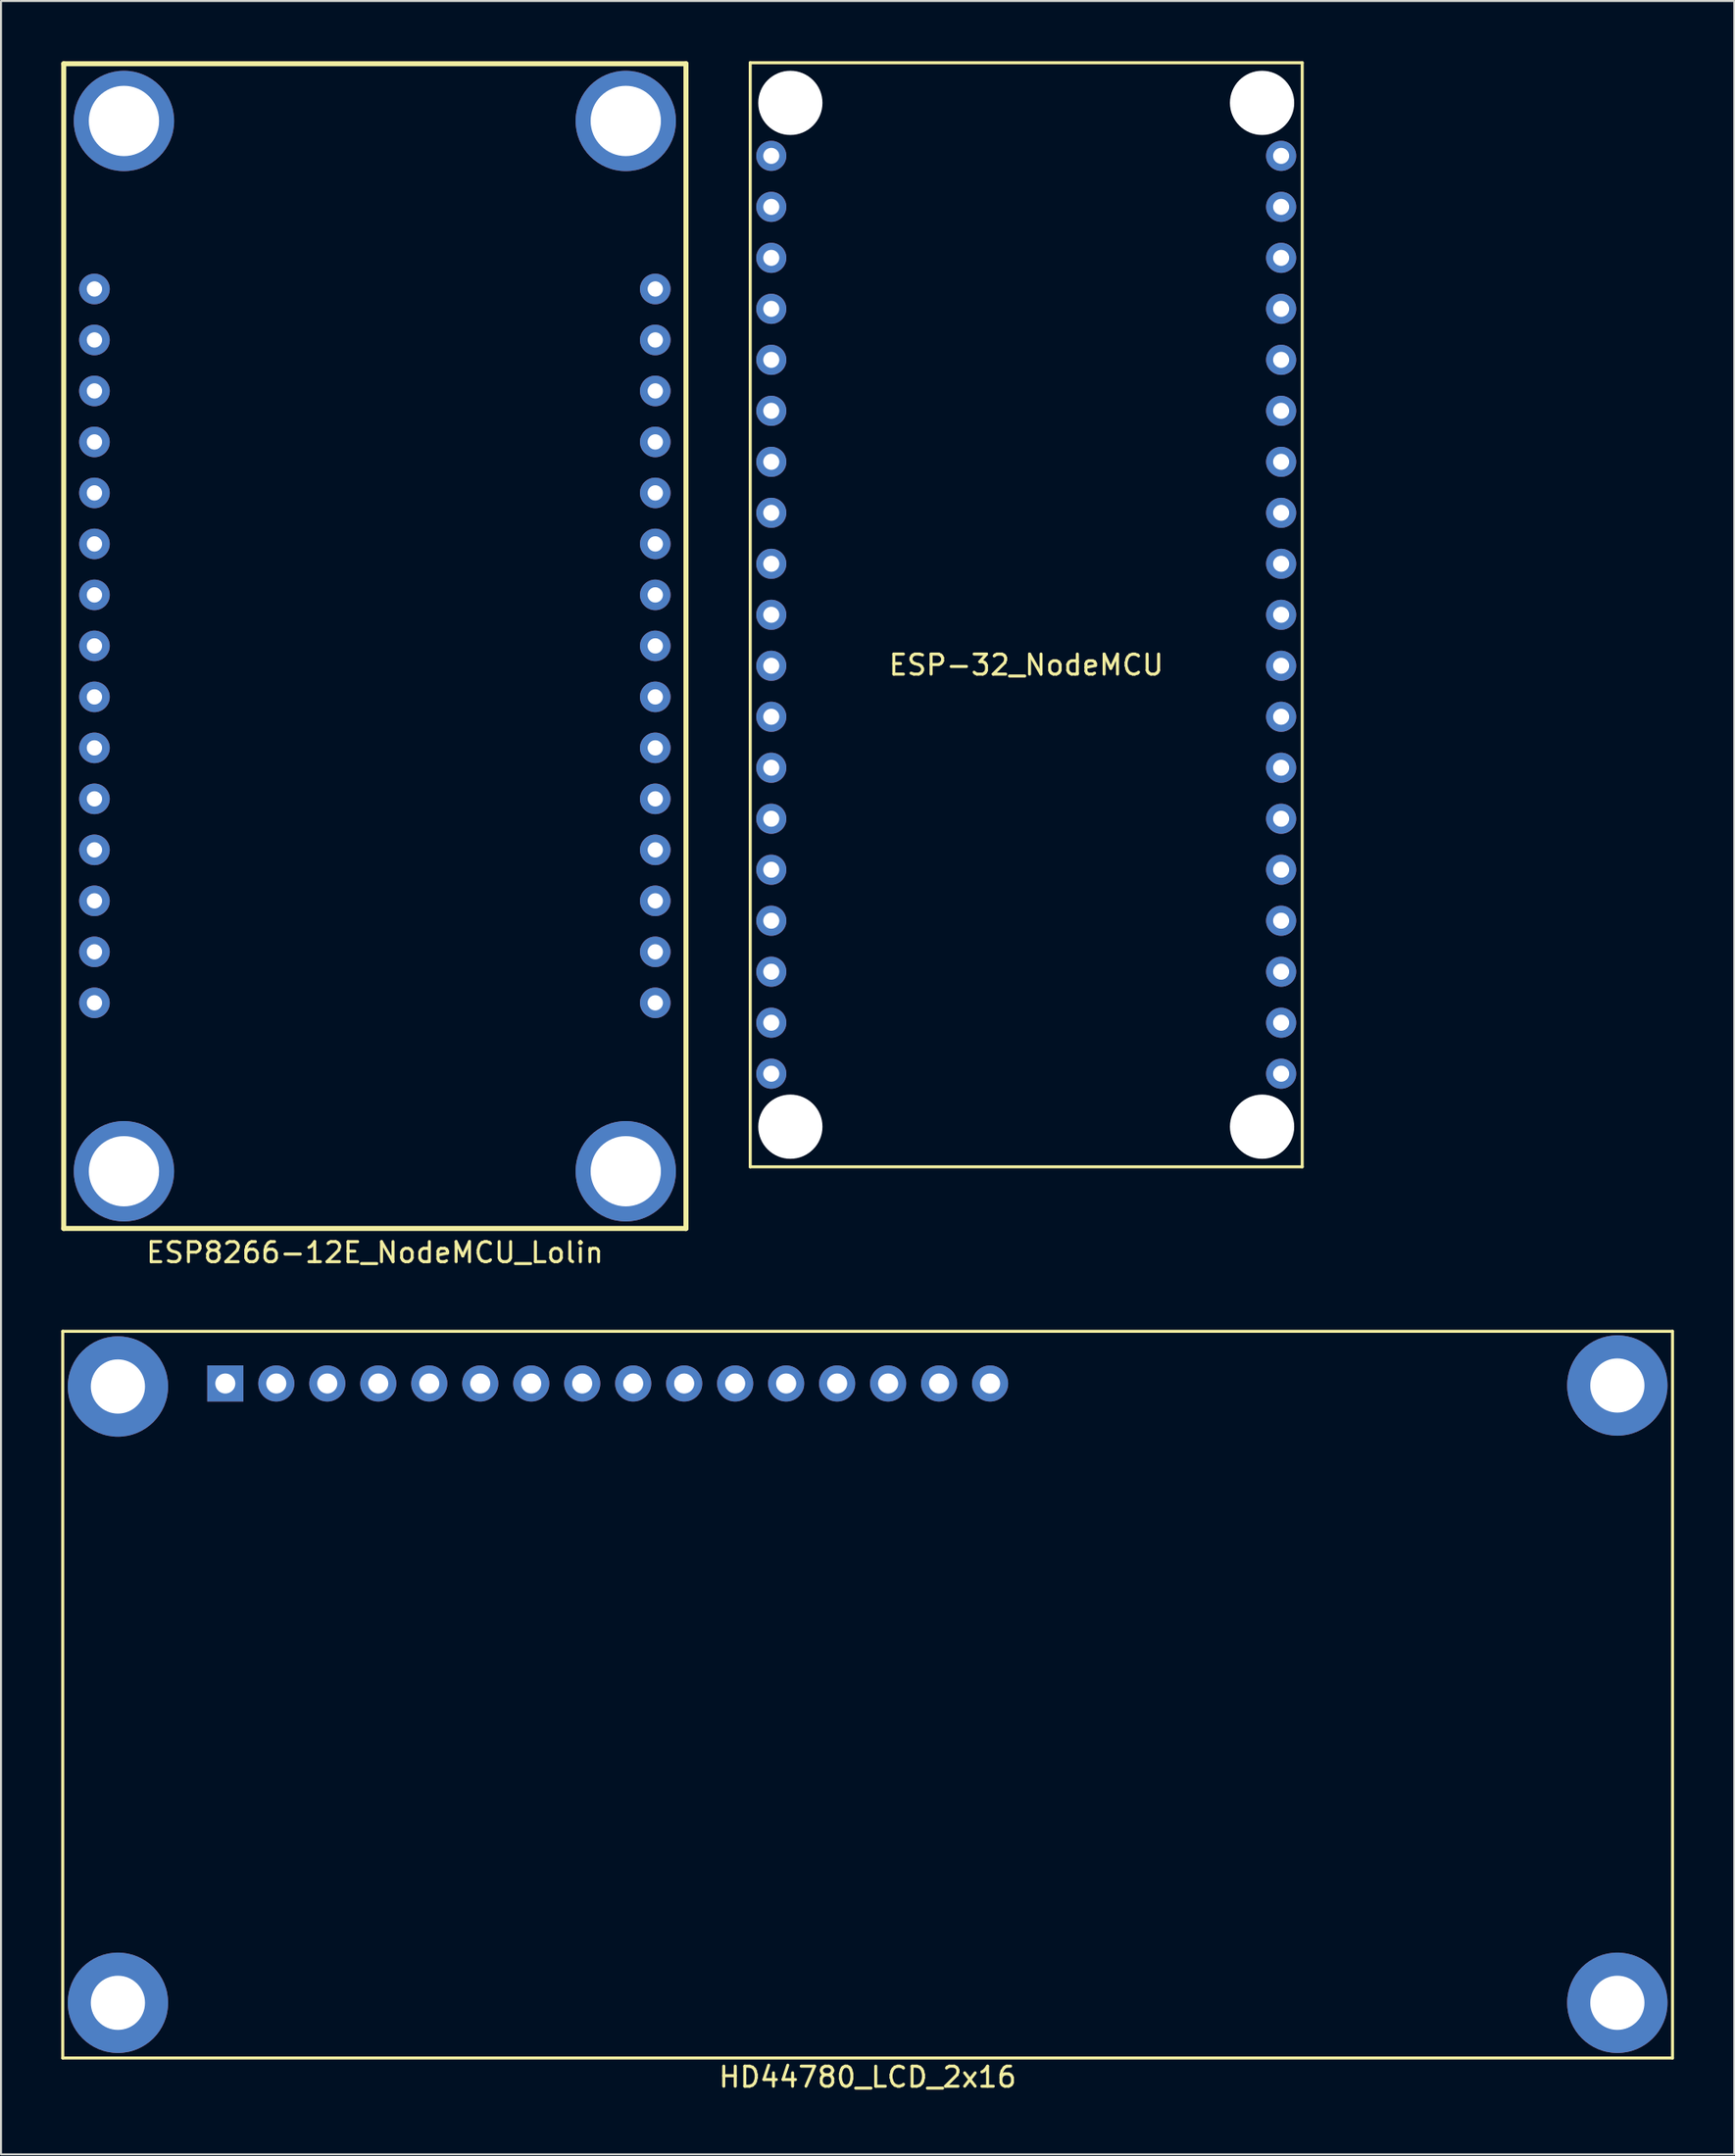
<source format=kicad_pcb>
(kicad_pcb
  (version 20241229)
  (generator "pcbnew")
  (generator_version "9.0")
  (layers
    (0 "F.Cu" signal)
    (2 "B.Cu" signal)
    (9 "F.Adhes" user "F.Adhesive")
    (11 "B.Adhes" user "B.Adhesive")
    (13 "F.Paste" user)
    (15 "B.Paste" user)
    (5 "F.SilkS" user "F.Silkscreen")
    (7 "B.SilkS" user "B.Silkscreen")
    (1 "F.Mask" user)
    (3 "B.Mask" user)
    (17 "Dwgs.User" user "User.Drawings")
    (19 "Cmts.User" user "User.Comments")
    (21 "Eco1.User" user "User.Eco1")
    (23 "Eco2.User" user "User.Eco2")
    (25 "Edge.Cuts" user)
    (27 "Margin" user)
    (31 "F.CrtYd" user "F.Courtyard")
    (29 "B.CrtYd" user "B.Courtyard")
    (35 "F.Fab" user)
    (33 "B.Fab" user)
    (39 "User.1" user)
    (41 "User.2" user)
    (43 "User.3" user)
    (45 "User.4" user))
  (footprint "ESP8266-12E_NodeMCU_Lolin"
    (layer "F.Cu")
    (at 15.625 11.345)
    (property "Reference" "ESP8266-12E_NodeMCU_Lolin" (at 0 48 0) (layer "F.SilkS") (effects (font (size 1 1) (thickness 0.15))))
    (attr through_hole)
    (fp_line (start -15.5 -11.22) (end -15.5 46.8) (stroke (width 0.25) (type solid)) (layer "F.SilkS"))
    (fp_line (start -15.5 -11.22) (end 15.5 -11.22) (stroke (width 0.25) (type solid)) (layer "F.SilkS"))
    (fp_line (start -15.5 46.8) (end 15.5 46.8) (stroke (width 0.25) (type solid)) (layer "F.SilkS"))
    (fp_line (start 15.5 46.8) (end 15.5 -11.22) (stroke (width 0.25) (type solid)) (layer "F.SilkS"))
    (pad "" np_thru_hole circle (at -12.5 -8.37) (size 5 5) (drill 3.5) (layers "*.Cu" "*.Mask"))
    (pad "" np_thru_hole circle (at -12.5 43.95) (size 5 5) (drill 3.5) (layers "*.Cu" "*.Mask"))
    (pad "" np_thru_hole circle (at 12.5 -8.37) (size 5 5) (drill 3.5) (layers "*.Cu" "*.Mask"))
    (pad "" np_thru_hole circle (at 12.5 43.95) (size 5 5) (drill 3.5) (layers "*.Cu" "*.Mask"))
    (pad "1" thru_hole circle (at -13.97 0) (size 1.524 1.524) (drill 0.762) (layers "*.Cu" "*.Mask"))
    (pad "2" thru_hole circle (at -13.97 2.54) (size 1.524 1.524) (drill 0.762) (layers "*.Cu" "*.Mask"))
    (pad "3" thru_hole circle (at -13.97 5.08) (size 1.524 1.524) (drill 0.762) (layers "*.Cu" "*.Mask"))
    (pad "4" thru_hole circle (at -13.97 7.62) (size 1.524 1.524) (drill 0.762) (layers "*.Cu" "*.Mask"))
    (pad "5" thru_hole circle (at -13.97 10.16) (size 1.524 1.524) (drill 0.762) (layers "*.Cu" "*.Mask"))
    (pad "6" thru_hole circle (at -13.97 12.7) (size 1.524 1.524) (drill 0.762) (layers "*.Cu" "*.Mask"))
    (pad "7" thru_hole circle (at -13.97 15.24) (size 1.524 1.524) (drill 0.762) (layers "*.Cu" "*.Mask"))
    (pad "8" thru_hole circle (at -13.97 17.78) (size 1.524 1.524) (drill 0.762) (layers "*.Cu" "*.Mask"))
    (pad "9" thru_hole circle (at -13.97 20.32) (size 1.524 1.524) (drill 0.762) (layers "*.Cu" "*.Mask"))
    (pad "10" thru_hole circle (at -13.97 22.86) (size 1.524 1.524) (drill 0.762) (layers "*.Cu" "*.Mask"))
    (pad "11" thru_hole circle (at -13.97 25.4) (size 1.524 1.524) (drill 0.762) (layers "*.Cu" "*.Mask"))
    (pad "12" thru_hole circle (at -13.97 27.94) (size 1.524 1.524) (drill 0.762) (layers "*.Cu" "*.Mask"))
    (pad "13" thru_hole circle (at -13.97 30.48) (size 1.524 1.524) (drill 0.762) (layers "*.Cu" "*.Mask"))
    (pad "14" thru_hole circle (at -13.97 33.02) (size 1.524 1.524) (drill 0.762) (layers "*.Cu" "*.Mask"))
    (pad "15" thru_hole circle (at -13.97 35.56) (size 1.524 1.524) (drill 0.762) (layers "*.Cu" "*.Mask"))
    (pad "16" thru_hole circle (at 13.97 0) (size 1.524 1.524) (drill 0.762) (layers "*.Cu" "*.Mask"))
    (pad "17" thru_hole circle (at 13.97 2.54) (size 1.524 1.524) (drill 0.762) (layers "*.Cu" "*.Mask"))
    (pad "18" thru_hole circle (at 13.97 5.08) (size 1.524 1.524) (drill 0.762) (layers "*.Cu" "*.Mask"))
    (pad "19" thru_hole circle (at 13.97 7.62) (size 1.524 1.524) (drill 0.762) (layers "*.Cu" "*.Mask"))
    (pad "20" thru_hole circle (at 13.97 10.16) (size 1.524 1.524) (drill 0.762) (layers "*.Cu" "*.Mask"))
    (pad "21" thru_hole circle (at 13.97 12.7) (size 1.524 1.524) (drill 0.762) (layers "*.Cu" "*.Mask"))
    (pad "22" thru_hole circle (at 13.97 15.24) (size 1.524 1.524) (drill 0.762) (layers "*.Cu" "*.Mask"))
    (pad "23" thru_hole circle (at 13.97 17.78) (size 1.524 1.524) (drill 0.762) (layers "*.Cu" "*.Mask"))
    (pad "24" thru_hole circle (at 13.97 20.32) (size 1.524 1.524) (drill 0.762) (layers "*.Cu" "*.Mask"))
    (pad "25" thru_hole circle (at 13.97 22.86) (size 1.524 1.524) (drill 0.762) (layers "*.Cu" "*.Mask"))
    (pad "26" thru_hole circle (at 13.97 25.4) (size 1.524 1.524) (drill 0.762) (layers "*.Cu" "*.Mask"))
    (pad "27" thru_hole circle (at 13.97 27.94) (size 1.524 1.524) (drill 0.762) (layers "*.Cu" "*.Mask"))
    (pad "28" thru_hole circle (at 13.97 30.48) (size 1.524 1.524) (drill 0.762) (layers "*.Cu" "*.Mask"))
    (pad "29" thru_hole circle (at 13.97 33.02) (size 1.524 1.524) (drill 0.762) (layers "*.Cu" "*.Mask"))
    (pad "30" thru_hole circle (at 13.97 35.56) (size 1.524 1.524) (drill 0.762) (layers "*.Cu" "*.Mask")))
  (footprint "HD44780_LCD_2x16"
    (layer "F.Cu")
    (at 40.175 81.368)
    (property "Reference" "HD44780_LCD_2x16" (at 0 19.05 0) (layer "F.SilkS") (effects (font (size 1 1) (thickness 0.15))))
    (attr through_hole)
    (fp_line (start -40.1 -18.1) (end -40.1 18.1) (stroke (width 0.15) (type solid)) (layer "F.SilkS"))
    (fp_line (start -40.1 -18.1) (end 40.1 -18.1) (stroke (width 0.15) (type solid)) (layer "F.SilkS"))
    (fp_line (start -40.1 18.1) (end 40.1 18.1) (stroke (width 0.15) (type solid)) (layer "F.SilkS"))
    (fp_line (start 40.1 -18.1) (end 40.1 18.1) (stroke (width 0.15) (type solid)) (layer "F.SilkS"))
    (pad "" np_thru_hole circle (at -37.35 -15.35) (size 5 5) (drill 2.7) (layers "*.Cu" "*.Mask"))
    (pad "" np_thru_hole circle (at -37.35 15.35) (size 5 5) (drill 2.7) (layers "*.Cu" "*.Mask"))
    (pad "" np_thru_hole circle (at 37.35 -15.4) (size 5 5) (drill 2.7) (layers "*.Cu" "*.Mask"))
    (pad "" np_thru_hole circle (at 37.35 15.35) (size 5 5) (drill 2.7) (layers "*.Cu" "*.Mask"))
    (pad "1" thru_hole rect (at -32 -15.5) (size 1.8 1.8) (drill 1) (layers "*.Cu" "*.Mask"))
    (pad "2" thru_hole circle (at -29.46 -15.5) (size 1.8 1.8) (drill 1) (layers "*.Cu" "*.Mask"))
    (pad "3" thru_hole circle (at -26.92 -15.5) (size 1.8 1.8) (drill 1) (layers "*.Cu" "*.Mask"))
    (pad "4" thru_hole circle (at -24.38 -15.5) (size 1.8 1.8) (drill 1) (layers "*.Cu" "*.Mask"))
    (pad "5" thru_hole circle (at -21.84 -15.5) (size 1.8 1.8) (drill 1) (layers "*.Cu" "*.Mask"))
    (pad "6" thru_hole circle (at -19.3 -15.5) (size 1.8 1.8) (drill 1) (layers "*.Cu" "*.Mask"))
    (pad "7" thru_hole circle (at -16.76 -15.5) (size 1.8 1.8) (drill 1) (layers "*.Cu" "*.Mask"))
    (pad "8" thru_hole circle (at -14.22 -15.5) (size 1.8 1.8) (drill 1) (layers "*.Cu" "*.Mask"))
    (pad "9" thru_hole circle (at -11.68 -15.5) (size 1.8 1.8) (drill 1) (layers "*.Cu" "*.Mask"))
    (pad "10" thru_hole circle (at -9.14 -15.5) (size 1.8 1.8) (drill 1) (layers "*.Cu" "*.Mask"))
    (pad "11" thru_hole circle (at -6.6 -15.5) (size 1.8 1.8) (drill 1) (layers "*.Cu" "*.Mask"))
    (pad "12" thru_hole circle (at -4.06 -15.5) (size 1.8 1.8) (drill 1) (layers "*.Cu" "*.Mask"))
    (pad "13" thru_hole circle (at -1.52 -15.5) (size 1.8 1.8) (drill 1) (layers "*.Cu" "*.Mask"))
    (pad "14" thru_hole circle (at 1.02 -15.5) (size 1.8 1.8) (drill 1) (layers "*.Cu" "*.Mask"))
    (pad "15" thru_hole circle (at 3.56 -15.5) (size 1.8 1.8) (drill 1) (layers "*.Cu" "*.Mask"))
    (pad "16" thru_hole circle (at 6.1 -15.5) (size 1.8 1.8) (drill 1) (layers "*.Cu" "*.Mask")))
  (footprint "ESP-32_NodeMCU"
    (layer "F.Cu")
    (at 48.075 27.575)
    (property "Reference" "ESP-32_NodeMCU" (at 0 2.5 0) (layer "F.SilkS") (effects (font (size 1 1) (thickness 0.15))))
    (attr through_hole)
    (fp_line (start -13.75 -27.5) (end -13.75 27.5) (stroke (width 0.15) (type solid)) (layer "F.SilkS"))
    (fp_line (start -13.75 -27.5) (end 13.75 -27.5) (stroke (width 0.15) (type solid)) (layer "F.SilkS"))
    (fp_line (start -13.75 27.5) (end 13.75 27.5) (stroke (width 0.15) (type solid)) (layer "F.SilkS"))
    (fp_line (start 13.75 -27.5) (end 13.75 27.5) (stroke (width 0.15) (type solid)) (layer "F.SilkS"))
    (pad "" np_thru_hole circle (at -11.75 -25.5) (size 3.2 3.2) (drill 3.2) (layers "*.Cu" "*.Mask"))
    (pad "" np_thru_hole circle (at -11.75 25.5) (size 3.2 3.2) (drill 3.2) (layers "*.Cu" "*.Mask"))
    (pad "" np_thru_hole circle (at 11.75 -25.5) (size 3.2 3.2) (drill 3.2) (layers "*.Cu" "*.Mask"))
    (pad "" np_thru_hole circle (at 11.75 25.5) (size 3.2 3.2) (drill 3.2) (layers "*.Cu" "*.Mask"))
    (pad "1" thru_hole circle (at -12.7 -22.86) (size 1.5 1.5) (drill 0.8) (layers "*.Cu" "*.Mask"))
    (pad "2" thru_hole circle (at -12.7 -20.32) (size 1.5 1.5) (drill 0.8) (layers "*.Cu" "*.Mask"))
    (pad "3" thru_hole circle (at -12.7 -17.78) (size 1.5 1.5) (drill 0.8) (layers "*.Cu" "*.Mask"))
    (pad "4" thru_hole circle (at -12.7 -15.24) (size 1.5 1.5) (drill 0.8) (layers "*.Cu" "*.Mask"))
    (pad "5" thru_hole circle (at -12.7 -12.7) (size 1.5 1.5) (drill 0.8) (layers "*.Cu" "*.Mask"))
    (pad "6" thru_hole circle (at -12.7 -10.16) (size 1.5 1.5) (drill 0.8) (layers "*.Cu" "*.Mask"))
    (pad "7" thru_hole circle (at -12.7 -7.62) (size 1.5 1.5) (drill 0.8) (layers "*.Cu" "*.Mask"))
    (pad "8" thru_hole circle (at -12.7 -5.08) (size 1.5 1.5) (drill 0.8) (layers "*.Cu" "*.Mask"))
    (pad "9" thru_hole circle (at -12.7 -2.54) (size 1.5 1.5) (drill 0.8) (layers "*.Cu" "*.Mask"))
    (pad "10" thru_hole circle (at -12.7 0) (size 1.5 1.5) (drill 0.8) (layers "*.Cu" "*.Mask"))
    (pad "11" thru_hole circle (at -12.7 2.54) (size 1.5 1.5) (drill 0.8) (layers "*.Cu" "*.Mask"))
    (pad "12" thru_hole circle (at -12.7 5.08) (size 1.5 1.5) (drill 0.8) (layers "*.Cu" "*.Mask"))
    (pad "13" thru_hole circle (at -12.7 7.62) (size 1.5 1.5) (drill 0.8) (layers "*.Cu" "*.Mask"))
    (pad "14" thru_hole circle (at -12.7 10.16) (size 1.5 1.5) (drill 0.8) (layers "*.Cu" "*.Mask"))
    (pad "15" thru_hole circle (at -12.7 12.7) (size 1.5 1.5) (drill 0.8) (layers "*.Cu" "*.Mask"))
    (pad "16" thru_hole circle (at -12.7 15.24) (size 1.5 1.5) (drill 0.8) (layers "*.Cu" "*.Mask"))
    (pad "17" thru_hole circle (at -12.7 17.78) (size 1.5 1.5) (drill 0.8) (layers "*.Cu" "*.Mask"))
    (pad "18" thru_hole circle (at -12.7 20.32) (size 1.5 1.5) (drill 0.8) (layers "*.Cu" "*.Mask"))
    (pad "19" thru_hole circle (at -12.7 22.86) (size 1.5 1.5) (drill 0.8) (layers "*.Cu" "*.Mask"))
    (pad "20" thru_hole circle (at 12.7 -22.86) (size 1.5 1.5) (drill 0.8) (layers "*.Cu" "*.Mask"))
    (pad "21" thru_hole circle (at 12.7 -20.32) (size 1.5 1.5) (drill 0.8) (layers "*.Cu" "*.Mask"))
    (pad "22" thru_hole circle (at 12.7 -17.78) (size 1.5 1.5) (drill 0.8) (layers "*.Cu" "*.Mask"))
    (pad "23" thru_hole circle (at 12.7 -15.24) (size 1.5 1.5) (drill 0.8) (layers "*.Cu" "*.Mask"))
    (pad "24" thru_hole circle (at 12.7 -12.7) (size 1.5 1.5) (drill 0.8) (layers "*.Cu" "*.Mask"))
    (pad "25" thru_hole circle (at 12.7 -10.16) (size 1.5 1.5) (drill 0.8) (layers "*.Cu" "*.Mask"))
    (pad "26" thru_hole circle (at 12.7 -7.62) (size 1.5 1.5) (drill 0.8) (layers "*.Cu" "*.Mask"))
    (pad "27" thru_hole circle (at 12.7 -5.08) (size 1.5 1.5) (drill 0.8) (layers "*.Cu" "*.Mask"))
    (pad "28" thru_hole circle (at 12.7 -2.54) (size 1.5 1.5) (drill 0.8) (layers "*.Cu" "*.Mask"))
    (pad "29" thru_hole circle (at 12.7 0) (size 1.5 1.5) (drill 0.8) (layers "*.Cu" "*.Mask"))
    (pad "30" thru_hole circle (at 12.7 2.54) (size 1.5 1.5) (drill 0.8) (layers "*.Cu" "*.Mask"))
    (pad "31" thru_hole circle (at 12.7 5.08) (size 1.5 1.5) (drill 0.8) (layers "*.Cu" "*.Mask"))
    (pad "32" thru_hole circle (at 12.7 7.62) (size 1.5 1.5) (drill 0.8) (layers "*.Cu" "*.Mask"))
    (pad "33" thru_hole circle (at 12.7 10.16) (size 1.5 1.5) (drill 0.8) (layers "*.Cu" "*.Mask"))
    (pad "34" thru_hole circle (at 12.7 12.7) (size 1.5 1.5) (drill 0.8) (layers "*.Cu" "*.Mask"))
    (pad "35" thru_hole circle (at 12.7 15.24) (size 1.5 1.5) (drill 0.8) (layers "*.Cu" "*.Mask"))
    (pad "36" thru_hole circle (at 12.7 17.78) (size 1.5 1.5) (drill 0.8) (layers "*.Cu" "*.Mask"))
    (pad "37" thru_hole circle (at 12.7 20.32) (size 1.5 1.5) (drill 0.8) (layers "*.Cu" "*.Mask"))
    (pad "38" thru_hole circle (at 12.7 22.86) (size 1.5 1.5) (drill 0.8) (layers "*.Cu" "*.Mask")))
  (gr_rect
    (start -3 -3)
    (end 83.35 104.266)
    (stroke (width 0.1) (type default))
    (fill no)
    (layer "Edge.Cuts")))
</source>
